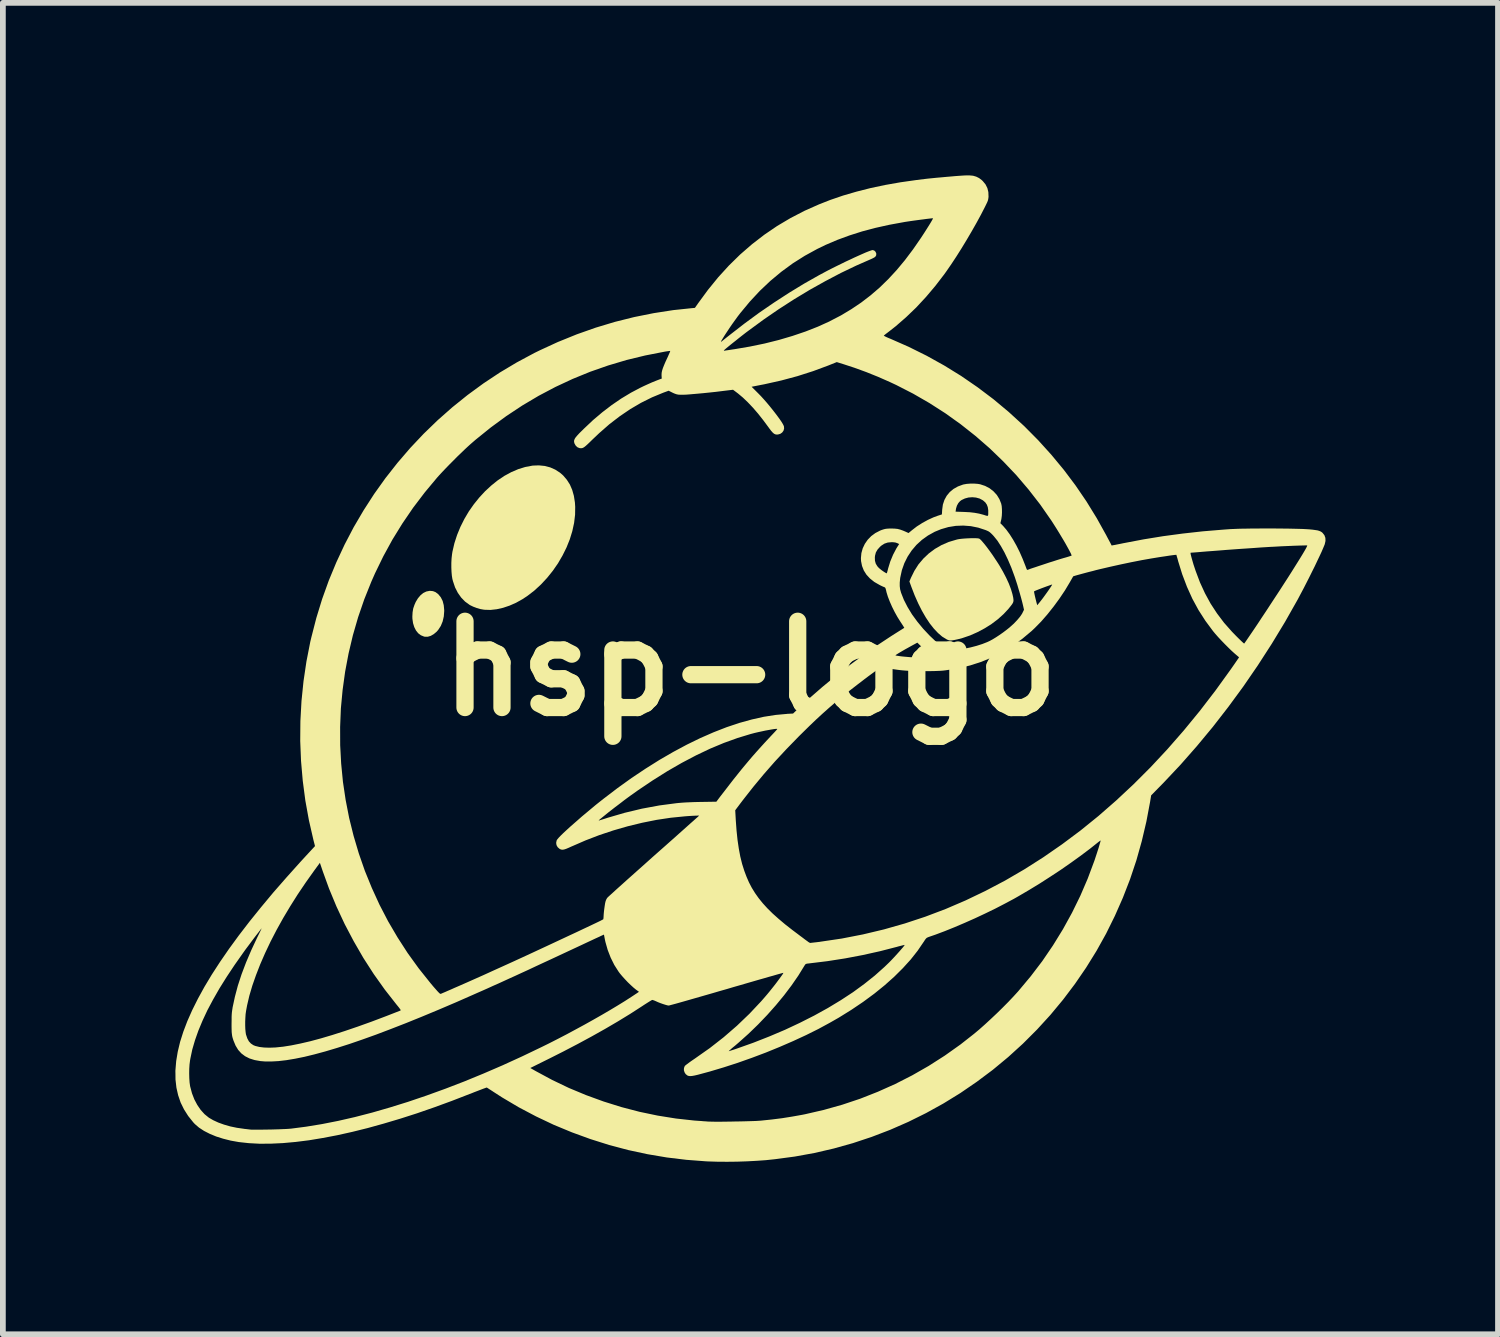
<source format=kicad_pcb>
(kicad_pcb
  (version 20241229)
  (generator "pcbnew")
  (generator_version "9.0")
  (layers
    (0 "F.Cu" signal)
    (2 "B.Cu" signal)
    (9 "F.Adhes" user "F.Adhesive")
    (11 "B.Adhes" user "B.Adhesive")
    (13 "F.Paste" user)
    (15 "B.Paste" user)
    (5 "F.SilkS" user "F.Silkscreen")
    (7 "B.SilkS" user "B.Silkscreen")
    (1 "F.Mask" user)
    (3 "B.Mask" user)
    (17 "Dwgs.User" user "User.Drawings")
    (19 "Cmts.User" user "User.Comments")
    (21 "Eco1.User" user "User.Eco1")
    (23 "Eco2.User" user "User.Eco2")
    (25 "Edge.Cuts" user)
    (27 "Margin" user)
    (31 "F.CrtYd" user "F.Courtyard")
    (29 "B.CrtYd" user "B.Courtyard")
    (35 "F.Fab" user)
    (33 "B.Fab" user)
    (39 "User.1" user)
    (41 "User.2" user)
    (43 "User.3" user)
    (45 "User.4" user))
  (footprint "hsp-logo"
    (layer "F.Cu")
    (at 10.001 8.576)
    (property "Reference" "hsp-logo" (at 0 0 0) (layer "F.SilkS") (effects (font (size 1.5 1.5) (thickness 0.3))))
    (attr board_only exclude_from_pos_files exclude_from_bom)
    (fp_poly (pts (xy -5.522 -1.346) (xy -5.478 -1.329) (xy -5.437 -1.299) (xy -5.428 -1.291) (xy -5.385 -1.238) (xy -5.353 -1.175) (xy -5.334 -1.101) (xy -5.326 -1.016) (xy -5.326 -0.999) (xy -5.333 -0.906) (xy -5.353 -0.819) (xy -5.385 -0.741) (xy -5.43 -0.672) (xy -5.458 -0.64) (xy -5.508 -0.598) (xy -5.56 -0.568) (xy -5.611 -0.553) (xy -5.662 -0.553) (xy -5.677 -0.556) (xy -5.731 -0.578) (xy -5.778 -0.613) (xy -5.817 -0.662) (xy -5.847 -0.721) (xy -5.868 -0.789) (xy -5.879 -0.866) (xy -5.88 -0.905) (xy -5.876 -0.978) (xy -5.865 -1.044) (xy -5.843 -1.108) (xy -5.821 -1.158) (xy -5.783 -1.221) (xy -5.739 -1.273) (xy -5.691 -1.313) (xy -5.638 -1.339) (xy -5.584 -1.35) (xy -5.573 -1.351)) (stroke (width 0) (type solid)) (fill yes) (layer "F.SilkS"))
    (fp_poly (pts (xy -3.579 -3.523) (xy -3.483 -3.498) (xy -3.395 -3.459) (xy -3.313 -3.406) (xy -3.257 -3.357) (xy -3.193 -3.282) (xy -3.14 -3.199) (xy -3.1 -3.106) (xy -3.071 -3.003) (xy -3.053 -2.889) (xy -3.048 -2.812) (xy -3.05 -2.674) (xy -3.067 -2.533) (xy -3.098 -2.39) (xy -3.142 -2.247) (xy -3.199 -2.105) (xy -3.268 -1.966) (xy -3.347 -1.83) (xy -3.437 -1.7) (xy -3.536 -1.577) (xy -3.643 -1.462) (xy -3.758 -1.356) (xy -3.88 -1.262) (xy -3.965 -1.206) (xy -4.076 -1.144) (xy -4.189 -1.094) (xy -4.302 -1.056) (xy -4.413 -1.031) (xy -4.521 -1.019) (xy -4.623 -1.022) (xy -4.64 -1.024) (xy -4.697 -1.034) (xy -4.759 -1.052) (xy -4.82 -1.075) (xy -4.872 -1.1) (xy -4.883 -1.106) (xy -4.963 -1.164) (xy -5.031 -1.234) (xy -5.089 -1.316) (xy -5.137 -1.41) (xy -5.173 -1.517) (xy -5.184 -1.558) (xy -5.193 -1.614) (xy -5.199 -1.682) (xy -5.202 -1.757) (xy -5.202 -1.836) (xy -5.198 -1.914) (xy -5.19 -1.986) (xy -5.183 -2.031) (xy -5.149 -2.178) (xy -5.102 -2.323) (xy -5.044 -2.464) (xy -4.976 -2.6) (xy -4.898 -2.732) (xy -4.811 -2.856) (xy -4.716 -2.974) (xy -4.615 -3.083) (xy -4.508 -3.182) (xy -4.396 -3.272) (xy -4.28 -3.35) (xy -4.16 -3.415) (xy -4.039 -3.467) (xy -3.916 -3.505) (xy -3.793 -3.528) (xy -3.787 -3.529) (xy -3.681 -3.533)) (stroke (width 0) (type solid)) (fill yes) (layer "F.SilkS"))
    (fp_poly (pts (xy 3.921 -2.266) (xy 3.955 -2.264) (xy 3.975 -2.26) (xy 3.977 -2.26) (xy 3.994 -2.248) (xy 4.019 -2.223) (xy 4.049 -2.188) (xy 4.085 -2.144) (xy 4.125 -2.092) (xy 4.167 -2.035) (xy 4.211 -1.973) (xy 4.254 -1.908) (xy 4.297 -1.843) (xy 4.327 -1.796) (xy 4.39 -1.687) (xy 4.446 -1.58) (xy 4.493 -1.478) (xy 4.53 -1.381) (xy 4.556 -1.293) (xy 4.569 -1.234) (xy 4.573 -1.204) (xy 4.574 -1.181) (xy 4.571 -1.16) (xy 4.562 -1.138) (xy 4.546 -1.113) (xy 4.522 -1.082) (xy 4.489 -1.041) (xy 4.486 -1.037) (xy 4.4 -0.945) (xy 4.302 -0.857) (xy 4.192 -0.774) (xy 4.073 -0.699) (xy 3.949 -0.633) (xy 3.821 -0.576) (xy 3.692 -0.532) (xy 3.606 -0.509) (xy 3.555 -0.498) (xy 3.517 -0.491) (xy 3.488 -0.488) (xy 3.465 -0.488) (xy 3.445 -0.493) (xy 3.424 -0.501) (xy 3.407 -0.51) (xy 3.334 -0.555) (xy 3.262 -0.617) (xy 3.19 -0.693) (xy 3.118 -0.784) (xy 3.049 -0.888) (xy 2.982 -1.004) (xy 2.917 -1.133) (xy 2.855 -1.273) (xy 2.799 -1.418) (xy 2.764 -1.514) (xy 2.791 -1.578) (xy 2.85 -1.698) (xy 2.921 -1.81) (xy 3.006 -1.911) (xy 3.101 -2.001) (xy 3.207 -2.08) (xy 3.323 -2.147) (xy 3.448 -2.201) (xy 3.582 -2.241) (xy 3.606 -2.247) (xy 3.637 -2.252) (xy 3.678 -2.257) (xy 3.726 -2.261) (xy 3.778 -2.264) (xy 3.83 -2.266) (xy 3.878 -2.266)) (stroke (width 0) (type solid)) (fill yes) (layer "F.SilkS"))
    (fp_poly (pts (xy 3.871 -8.57) (xy 3.926 -8.554) (xy 3.976 -8.529) (xy 4.022 -8.494) (xy 4.04 -8.477) (xy 4.088 -8.419) (xy 4.12 -8.355) (xy 4.137 -8.285) (xy 4.14 -8.208) (xy 4.14 -8.203) (xy 4.137 -8.178) (xy 4.133 -8.155) (xy 4.127 -8.133) (xy 4.116 -8.106) (xy 4.1 -8.073) (xy 4.078 -8.028) (xy 4.077 -8.026) (xy 4.007 -7.89) (xy 3.929 -7.747) (xy 3.846 -7.601) (xy 3.759 -7.453) (xy 3.671 -7.308) (xy 3.582 -7.167) (xy 3.495 -7.035) (xy 3.411 -6.913) (xy 3.371 -6.857) (xy 3.216 -6.655) (xy 3.053 -6.462) (xy 2.883 -6.279) (xy 2.707 -6.11) (xy 2.528 -5.954) (xy 2.416 -5.866) (xy 2.382 -5.84) (xy 2.353 -5.818) (xy 2.332 -5.801) (xy 2.32 -5.79) (xy 2.319 -5.789) (xy 2.325 -5.784) (xy 2.344 -5.774) (xy 2.373 -5.76) (xy 2.41 -5.744) (xy 2.433 -5.735) (xy 2.753 -5.594) (xy 3.065 -5.439) (xy 3.369 -5.27) (xy 3.664 -5.088) (xy 3.949 -4.892) (xy 4.225 -4.684) (xy 4.491 -4.462) (xy 4.746 -4.229) (xy 4.76 -4.216) (xy 5.004 -3.97) (xy 5.233 -3.717) (xy 5.449 -3.456) (xy 5.652 -3.186) (xy 5.843 -2.906) (xy 6.022 -2.615) (xy 6.19 -2.313) (xy 6.192 -2.308) (xy 6.217 -2.261) (xy 6.24 -2.218) (xy 6.259 -2.183) (xy 6.272 -2.157) (xy 6.28 -2.142) (xy 6.282 -2.139) (xy 6.29 -2.141) (xy 6.311 -2.145) (xy 6.345 -2.151) (xy 6.389 -2.16) (xy 6.44 -2.17) (xy 6.497 -2.182) (xy 6.499 -2.182) (xy 6.835 -2.246) (xy 7.173 -2.301) (xy 7.516 -2.347) (xy 7.867 -2.386) (xy 8.229 -2.416) (xy 8.353 -2.425) (xy 8.408 -2.427) (xy 8.476 -2.43) (xy 8.554 -2.432) (xy 8.643 -2.433) (xy 8.738 -2.435) (xy 8.838 -2.435) (xy 8.942 -2.436) (xy 9.048 -2.436) (xy 9.152 -2.435) (xy 9.255 -2.434) (xy 9.352 -2.433) (xy 9.444 -2.431) (xy 9.527 -2.429) (xy 9.6 -2.427) (xy 9.66 -2.424) (xy 9.706 -2.421) (xy 9.71 -2.421) (xy 9.774 -2.415) (xy 9.824 -2.408) (xy 9.863 -2.402) (xy 9.892 -2.393) (xy 9.916 -2.383) (xy 9.935 -2.371) (xy 9.949 -2.359) (xy 9.981 -2.319) (xy 9.998 -2.272) (xy 10 -2.219) (xy 9.987 -2.161) (xy 9.981 -2.146) (xy 9.959 -2.093) (xy 9.931 -2.028) (xy 9.896 -1.953) (xy 9.856 -1.869) (xy 9.813 -1.778) (xy 9.766 -1.684) (xy 9.718 -1.587) (xy 9.668 -1.489) (xy 9.619 -1.393) (xy 9.57 -1.301) (xy 9.524 -1.214) (xy 9.516 -1.199) (xy 9.297 -0.812) (xy 9.066 -0.431) (xy 8.824 -0.056) (xy 8.572 0.311) (xy 8.31 0.668) (xy 8.04 1.016) (xy 7.762 1.351) (xy 7.478 1.674) (xy 7.188 1.982) (xy 7.145 2.026) (xy 6.968 2.206) (xy 6.95 2.317) (xy 6.885 2.662) (xy 6.805 3.002) (xy 6.711 3.336) (xy 6.601 3.665) (xy 6.476 3.987) (xy 6.337 4.302) (xy 6.185 4.61) (xy 6.018 4.91) (xy 5.837 5.202) (xy 5.643 5.485) (xy 5.436 5.759) (xy 5.216 6.024) (xy 4.983 6.279) (xy 4.738 6.524) (xy 4.483 6.756) (xy 4.214 6.979) (xy 3.936 7.187) (xy 3.65 7.383) (xy 3.356 7.564) (xy 3.054 7.731) (xy 2.745 7.884) (xy 2.43 8.022) (xy 2.109 8.145) (xy 1.781 8.254) (xy 1.449 8.347) (xy 1.113 8.425) (xy 0.772 8.487) (xy 0.427 8.533) (xy 0.266 8.55) (xy 0.11 8.561) (xy -0.057 8.57) (xy -0.23 8.576) (xy -0.403 8.578) (xy -0.571 8.577) (xy -0.73 8.572) (xy -0.774 8.57) (xy -1.114 8.544) (xy -1.454 8.503) (xy -1.791 8.446) (xy -2.126 8.374) (xy -2.457 8.286) (xy -2.784 8.183) (xy -3.105 8.066) (xy -3.421 7.935) (xy -3.729 7.789) (xy -4.03 7.63) (xy -4.322 7.457) (xy -4.469 7.362) (xy -4.507 7.337) (xy -4.54 7.316) (xy -4.566 7.299) (xy -4.582 7.289) (xy -4.586 7.287) (xy -4.595 7.289) (xy -4.617 7.297) (xy -4.651 7.309) (xy -4.695 7.326) (xy -4.747 7.346) (xy -4.807 7.369) (xy -4.871 7.395) (xy -4.881 7.398) (xy -5.193 7.519) (xy -5.499 7.631) (xy -5.799 7.735) (xy -6.092 7.829) (xy -6.378 7.914) (xy -6.655 7.991) (xy -6.925 8.058) (xy -7.185 8.116) (xy -7.437 8.164) (xy -7.678 8.204) (xy -7.909 8.233) (xy -8.13 8.253) (xy -8.34 8.263) (xy -8.538 8.264) (xy -8.725 8.254) (xy -8.898 8.235) (xy -9.038 8.21) (xy -9.169 8.177) (xy -9.292 8.138) (xy -9.403 8.092) (xy -9.503 8.041) (xy -9.59 7.984) (xy -9.662 7.922) (xy -9.69 7.892) (xy -9.778 7.782) (xy -9.851 7.667) (xy -9.91 7.547) (xy -9.953 7.421) (xy -9.983 7.289) (xy -9.999 7.148) (xy -10 7.044) (xy -9.761 7.044) (xy -9.759 7.125) (xy -9.754 7.199) (xy -9.745 7.263) (xy -9.742 7.275) (xy -9.712 7.388) (xy -9.671 7.494) (xy -9.62 7.59) (xy -9.561 7.676) (xy -9.494 7.75) (xy -9.42 7.81) (xy -9.419 7.811) (xy -9.343 7.855) (xy -9.254 7.896) (xy -9.154 7.932) (xy -9.046 7.963) (xy -8.931 7.987) (xy -8.812 8.004) (xy -8.808 8.005) (xy -8.771 8.009) (xy -8.737 8.013) (xy -8.713 8.016) (xy -8.705 8.017) (xy -8.683 8.019) (xy -8.647 8.02) (xy -8.599 8.02) (xy -8.542 8.02) (xy -8.478 8.019) (xy -8.409 8.018) (xy -8.338 8.017) (xy -8.267 8.015) (xy -8.199 8.013) (xy -8.135 8.01) (xy -8.079 8.008) (xy -8.032 8.005) (xy -7.997 8.002) (xy -7.993 8.002) (xy -7.73 7.968) (xy -7.455 7.923) (xy -7.171 7.867) (xy -6.878 7.8) (xy -6.577 7.722) (xy -6.269 7.633) (xy -5.954 7.535) (xy -5.633 7.426) (xy -5.307 7.308) (xy -4.977 7.181) (xy -4.644 7.044) (xy -4.419 6.947) (xy -3.829 6.947) (xy -3.734 7.001) (xy -3.45 7.154) (xy -3.158 7.294) (xy -2.858 7.419) (xy -2.553 7.53) (xy -2.243 7.627) (xy -1.929 7.709) (xy -1.613 7.775) (xy -1.294 7.826) (xy -0.976 7.861) (xy -0.905 7.866) (xy -0.858 7.869) (xy -0.815 7.873) (xy -0.78 7.875) (xy -0.755 7.877) (xy -0.749 7.878) (xy -0.722 7.879) (xy -0.681 7.88) (xy -0.628 7.881) (xy -0.565 7.881) (xy -0.495 7.881) (xy -0.418 7.88) (xy -0.338 7.879) (xy -0.256 7.877) (xy -0.175 7.876) (xy -0.097 7.874) (xy -0.024 7.872) (xy 0.042 7.87) (xy 0.099 7.868) (xy 0.145 7.865) (xy 0.176 7.863) (xy 0.369 7.843) (xy 0.551 7.82) (xy 0.726 7.792) (xy 0.9 7.761) (xy 0.95 7.751) (xy 1.275 7.676) (xy 1.595 7.586) (xy 1.909 7.481) (xy 2.216 7.36) (xy 2.518 7.225) (xy 2.812 7.075) (xy 3.099 6.911) (xy 3.379 6.732) (xy 3.651 6.539) (xy 3.888 6.353) (xy 3.98 6.276) (xy 4.079 6.188) (xy 4.181 6.094) (xy 4.285 5.996) (xy 4.387 5.896) (xy 4.485 5.797) (xy 4.575 5.702) (xy 4.656 5.613) (xy 4.661 5.607) (xy 4.874 5.352) (xy 5.075 5.088) (xy 5.261 4.815) (xy 5.434 4.534) (xy 5.592 4.247) (xy 5.736 3.953) (xy 5.865 3.653) (xy 5.979 3.348) (xy 5.988 3.322) (xy 6.004 3.273) (xy 6.021 3.222) (xy 6.038 3.169) (xy 6.054 3.12) (xy 6.067 3.075) (xy 6.078 3.037) (xy 6.086 3.009) (xy 6.09 2.994) (xy 6.09 2.992) (xy 6.084 2.993) (xy 6.07 3.003) (xy 6.055 3.014) (xy 5.907 3.132) (xy 5.745 3.254) (xy 5.574 3.377) (xy 5.396 3.501) (xy 5.212 3.622) (xy 5.027 3.741) (xy 4.843 3.853) (xy 4.662 3.959) (xy 4.583 4.004) (xy 4.424 4.089) (xy 4.256 4.176) (xy 4.081 4.261) (xy 3.904 4.344) (xy 3.726 4.423) (xy 3.55 4.498) (xy 3.379 4.567) (xy 3.217 4.628) (xy 3.098 4.669) (xy 3.079 4.677) (xy 3.064 4.685) (xy 3.05 4.699) (xy 3.034 4.72) (xy 3.014 4.752) (xy 3.012 4.754) (xy 2.907 4.908) (xy 2.787 5.06) (xy 2.65 5.211) (xy 2.499 5.361) (xy 2.333 5.509) (xy 2.154 5.654) (xy 1.96 5.797) (xy 1.754 5.936) (xy 1.535 6.072) (xy 1.379 6.161) (xy 1.18 6.269) (xy 0.967 6.375) (xy 0.742 6.479) (xy 0.509 6.58) (xy 0.269 6.678) (xy 0.025 6.77) (xy -0.221 6.857) (xy -0.465 6.936) (xy -0.706 7.008) (xy -0.913 7.064) (xy -0.968 7.077) (xy -1.012 7.085) (xy -1.045 7.088) (xy -1.071 7.086) (xy -1.093 7.079) (xy -1.097 7.077) (xy -1.127 7.053) (xy -1.147 7.021) (xy -1.158 6.984) (xy -1.156 6.947) (xy -1.143 6.914) (xy -1.141 6.911) (xy -1.129 6.9) (xy -1.106 6.882) (xy -1.074 6.858) (xy -1.034 6.829) (xy -0.99 6.799) (xy -0.965 6.782) (xy -0.785 6.655) (xy -0.376 6.655) (xy -0.375 6.655) (xy -0.366 6.652) (xy -0.345 6.645) (xy -0.313 6.635) (xy -0.273 6.622) (xy -0.241 6.611) (xy 0.049 6.508) (xy 0.329 6.398) (xy 0.6 6.283) (xy 0.86 6.161) (xy 1.109 6.035) (xy 1.346 5.904) (xy 1.571 5.768) (xy 1.783 5.629) (xy 1.98 5.485) (xy 2.163 5.339) (xy 2.331 5.189) (xy 2.411 5.112) (xy 2.447 5.075) (xy 2.485 5.035) (xy 2.523 4.994) (xy 2.561 4.952) (xy 2.596 4.913) (xy 2.627 4.877) (xy 2.653 4.847) (xy 2.671 4.824) (xy 2.68 4.81) (xy 2.681 4.806) (xy 2.673 4.808) (xy 2.651 4.813) (xy 2.619 4.821) (xy 2.579 4.831) (xy 2.544 4.841) (xy 2.253 4.916) (xy 1.952 4.983) (xy 1.646 5.041) (xy 1.339 5.089) (xy 1.037 5.126) (xy 1.013 5.129) (xy 0.984 5.132) (xy 0.966 5.137) (xy 0.954 5.145) (xy 0.943 5.161) (xy 0.936 5.172) (xy 0.833 5.339) (xy 0.715 5.51) (xy 0.585 5.682) (xy 0.444 5.853) (xy 0.293 6.023) (xy 0.134 6.189) (xy -0.031 6.349) (xy -0.202 6.502) (xy -0.266 6.557) (xy -0.308 6.591) (xy -0.338 6.617) (xy -0.358 6.635) (xy -0.371 6.646) (xy -0.376 6.653) (xy -0.376 6.655) (xy -0.785 6.655) (xy -0.709 6.602) (xy -0.466 6.412) (xy -0.235 6.212) (xy -0.017 6.003) (xy 0.188 5.785) (xy 0.254 5.709) (xy 0.29 5.667) (xy 0.329 5.62) (xy 0.368 5.571) (xy 0.408 5.521) (xy 0.446 5.472) (xy 0.481 5.425) (xy 0.512 5.383) (xy 0.538 5.347) (xy 0.558 5.319) (xy 0.569 5.3) (xy 0.572 5.292) (xy 0.563 5.294) (xy 0.541 5.3) (xy 0.504 5.31) (xy 0.454 5.324) (xy 0.393 5.342) (xy 0.32 5.362) (xy 0.238 5.386) (xy 0.146 5.412) (xy 0.046 5.441) (xy -0.061 5.472) (xy -0.174 5.505) (xy -0.293 5.539) (xy -0.414 5.575) (xy -0.537 5.61) (xy -0.656 5.645) (xy -0.771 5.678) (xy -0.879 5.709) (xy -0.98 5.738) (xy -1.074 5.765) (xy -1.158 5.789) (xy -1.232 5.81) (xy -1.296 5.828) (xy -1.348 5.842) (xy -1.386 5.852) (xy -1.411 5.859) (xy -1.422 5.861) (xy -1.443 5.858) (xy -1.476 5.849) (xy -1.517 5.836) (xy -1.563 5.82) (xy -1.609 5.802) (xy -1.644 5.786) (xy -1.672 5.774) (xy -1.695 5.766) (xy -1.707 5.763) (xy -1.707 5.763) (xy -1.717 5.767) (xy -1.738 5.779) (xy -1.769 5.798) (xy -1.807 5.822) (xy -1.851 5.85) (xy -1.884 5.872) (xy -2.09 6.005) (xy -2.304 6.136) (xy -2.526 6.266) (xy -2.759 6.397) (xy -3.003 6.529) (xy -3.26 6.663) (xy -3.496 6.782) (xy -3.829 6.947) (xy -4.419 6.947) (xy -4.308 6.899) (xy -3.971 6.745) (xy -3.633 6.583) (xy -3.503 6.519) (xy -3.352 6.442) (xy -3.198 6.362) (xy -3.042 6.278) (xy -2.887 6.194) (xy -2.735 6.109) (xy -2.586 6.024) (xy -2.444 5.941) (xy -2.309 5.86) (xy -2.184 5.783) (xy -2.071 5.71) (xy -1.974 5.646) (xy -1.939 5.622) (xy -1.995 5.581) (xy -2.036 5.547) (xy -2.083 5.504) (xy -2.134 5.455) (xy -2.184 5.402) (xy -2.231 5.35) (xy -2.272 5.301) (xy -2.294 5.271) (xy -2.368 5.155) (xy -2.431 5.028) (xy -2.483 4.894) (xy -2.522 4.757) (xy -2.531 4.716) (xy -2.548 4.627) (xy -2.606 4.653) (xy -2.626 4.663) (xy -2.659 4.678) (xy -2.703 4.698) (xy -2.756 4.723) (xy -2.816 4.751) (xy -2.882 4.782) (xy -2.95 4.814) (xy -2.98 4.828) (xy -3.158 4.911) (xy -3.323 4.988) (xy -3.475 5.059) (xy -3.616 5.124) (xy -3.747 5.185) (xy -3.868 5.242) (xy -3.982 5.294) (xy -4.09 5.344) (xy -4.192 5.39) (xy -4.29 5.435) (xy -4.384 5.478) (xy -4.477 5.519) (xy -4.569 5.561) (xy -4.661 5.602) (xy -4.755 5.643) (xy -4.793 5.66) (xy -5.113 5.801) (xy -5.42 5.932) (xy -5.713 6.054) (xy -5.992 6.167) (xy -6.259 6.271) (xy -6.512 6.367) (xy -6.752 6.453) (xy -6.979 6.531) (xy -7.193 6.599) (xy -7.394 6.659) (xy -7.582 6.71) (xy -7.758 6.753) (xy -7.921 6.786) (xy -8.071 6.811) (xy -8.208 6.827) (xy -8.334 6.834) (xy -8.446 6.833) (xy -8.521 6.827) (xy -8.623 6.809) (xy -8.712 6.781) (xy -8.789 6.742) (xy -8.854 6.693) (xy -8.909 6.632) (xy -8.954 6.558) (xy -8.99 6.472) (xy -9.006 6.422) (xy -9.012 6.398) (xy -9.016 6.375) (xy -9.019 6.35) (xy -9.022 6.321) (xy -9.023 6.283) (xy -9.024 6.235) (xy -9.024 6.206) (xy -8.787 6.206) (xy -8.785 6.267) (xy -8.78 6.32) (xy -8.774 6.362) (xy -8.772 6.368) (xy -8.75 6.433) (xy -8.723 6.483) (xy -8.688 6.521) (xy -8.645 6.55) (xy -8.61 6.564) (xy -8.541 6.581) (xy -8.459 6.591) (xy -8.364 6.594) (xy -8.259 6.59) (xy -8.144 6.578) (xy -8.131 6.577) (xy -7.986 6.554) (xy -7.828 6.522) (xy -7.656 6.482) (xy -7.47 6.432) (xy -7.271 6.373) (xy -7.058 6.305) (xy -6.832 6.228) (xy -6.592 6.142) (xy -6.338 6.046) (xy -6.092 5.95) (xy -6.086 5.947) (xy -6.083 5.942) (xy -6.086 5.933) (xy -6.096 5.919) (xy -6.112 5.897) (xy -6.138 5.865) (xy -6.156 5.843) (xy -6.359 5.584) (xy -6.551 5.314) (xy -6.732 5.033) (xy -6.9 4.742) (xy -7.057 4.444) (xy -7.2 4.138) (xy -7.329 3.827) (xy -7.437 3.529) (xy -7.488 3.379) (xy -7.589 3.517) (xy -7.734 3.721) (xy -7.873 3.927) (xy -8.003 4.133) (xy -8.126 4.339) (xy -8.24 4.544) (xy -8.345 4.747) (xy -8.44 4.947) (xy -8.525 5.142) (xy -8.599 5.332) (xy -8.663 5.515) (xy -8.715 5.691) (xy -8.754 5.858) (xy -8.772 5.955) (xy -8.78 6.011) (xy -8.784 6.074) (xy -8.787 6.14) (xy -8.787 6.206) (xy -9.024 6.206) (xy -9.024 6.176) (xy -9.023 6.111) (xy -9.023 6.058) (xy -9.021 6.015) (xy -9.018 5.977) (xy -9.013 5.941) (xy -9.007 5.903) (xy -9.006 5.894) (xy -8.966 5.708) (xy -8.915 5.516) (xy -8.85 5.317) (xy -8.772 5.111) (xy -8.681 4.898) (xy -8.577 4.676) (xy -8.571 4.664) (xy -8.549 4.619) (xy -8.53 4.581) (xy -8.515 4.549) (xy -8.505 4.528) (xy -8.501 4.519) (xy -8.501 4.518) (xy -8.507 4.525) (xy -8.521 4.542) (xy -8.542 4.57) (xy -8.569 4.605) (xy -8.601 4.646) (xy -8.636 4.692) (xy -8.672 4.74) (xy -8.709 4.79) (xy -8.745 4.838) (xy -8.779 4.883) (xy -8.809 4.925) (xy -8.819 4.939) (xy -8.971 5.155) (xy -9.11 5.364) (xy -9.235 5.564) (xy -9.346 5.758) (xy -9.445 5.944) (xy -9.529 6.124) (xy -9.601 6.297) (xy -9.66 6.464) (xy -9.707 6.625) (xy -9.74 6.781) (xy -9.746 6.815) (xy -9.755 6.885) (xy -9.76 6.963) (xy -9.761 7.044) (xy -10 7.044) (xy -10.001 6.999) (xy -10 6.983) (xy -9.987 6.827) (xy -9.96 6.664) (xy -9.919 6.493) (xy -9.863 6.316) (xy -9.793 6.132) (xy -9.708 5.94) (xy -9.609 5.742) (xy -9.496 5.536) (xy -9.368 5.323) (xy -9.226 5.104) (xy -9.069 4.876) (xy -8.898 4.642) (xy -8.712 4.4) (xy -8.512 4.152) (xy -8.298 3.895) (xy -8.068 3.632) (xy -7.825 3.361) (xy -7.722 3.249) (xy -7.573 3.088) (xy -7.601 2.979) (xy -7.679 2.638) (xy -7.741 2.296) (xy -7.786 1.952) (xy -7.816 1.606) (xy -7.83 1.26) (xy -7.828 1.015) (xy -7.136 1.015) (xy -7.135 1.334) (xy -7.118 1.653) (xy -7.087 1.971) (xy -7.04 2.286) (xy -6.979 2.599) (xy -6.902 2.909) (xy -6.811 3.216) (xy -6.706 3.518) (xy -6.585 3.815) (xy -6.451 4.108) (xy -6.302 4.395) (xy -6.138 4.675) (xy -5.961 4.949) (xy -5.769 5.215) (xy -5.563 5.473) (xy -5.511 5.535) (xy -5.473 5.578) (xy -5.444 5.611) (xy -5.423 5.633) (xy -5.408 5.648) (xy -5.397 5.655) (xy -5.389 5.658) (xy -5.383 5.657) (xy -5.372 5.652) (xy -5.347 5.641) (xy -5.311 5.626) (xy -5.266 5.606) (xy -5.212 5.583) (xy -5.152 5.556) (xy -5.087 5.528) (xy -5.071 5.521) (xy -4.939 5.463) (xy -4.795 5.399) (xy -4.64 5.33) (xy -4.478 5.256) (xy -4.31 5.18) (xy -4.138 5.102) (xy -3.966 5.023) (xy -3.795 4.944) (xy -3.72 4.909) (xy -3.552 4.831) (xy -3.398 4.759) (xy -3.259 4.694) (xy -3.133 4.635) (xy -3.021 4.583) (xy -2.922 4.536) (xy -2.835 4.495) (xy -2.761 4.46) (xy -2.7 4.431) (xy -2.65 4.407) (xy -2.611 4.388) (xy -2.584 4.374) (xy -2.567 4.365) (xy -2.56 4.361) (xy -2.56 4.361) (xy -2.557 4.347) (xy -2.555 4.324) (xy -2.554 4.303) (xy -2.552 4.27) (xy -2.548 4.226) (xy -2.542 4.177) (xy -2.535 4.128) (xy -2.528 4.083) (xy -2.52 4.049) (xy -2.52 4.048) (xy -2.509 4.019) (xy -2.493 3.991) (xy -2.491 3.989) (xy -2.483 3.98) (xy -2.463 3.961) (xy -2.432 3.933) (xy -2.391 3.896) (xy -2.341 3.85) (xy -2.283 3.798) (xy -2.216 3.738) (xy -2.143 3.672) (xy -2.063 3.601) (xy -1.978 3.525) (xy -1.888 3.445) (xy -1.794 3.361) (xy -1.697 3.274) (xy -1.682 3.261) (xy -1.585 3.175) (xy -1.491 3.092) (xy -1.401 3.012) (xy -1.316 2.937) (xy -1.237 2.866) (xy -1.164 2.801) (xy -1.099 2.743) (xy -1.041 2.691) (xy -0.991 2.647) (xy -0.951 2.611) (xy -0.92 2.584) (xy -0.901 2.566) (xy -0.892 2.558) (xy -0.892 2.558) (xy -0.9 2.557) (xy -0.922 2.558) (xy -0.956 2.559) (xy -1 2.561) (xy -1.053 2.564) (xy -1.111 2.568) (xy -1.146 2.571) (xy -1.386 2.595) (xy -1.632 2.632) (xy -1.882 2.682) (xy -2.133 2.743) (xy -2.383 2.815) (xy -2.629 2.897) (xy -2.868 2.989) (xy -3.098 3.089) (xy -3.108 3.093) (xy -3.163 3.118) (xy -3.206 3.136) (xy -3.24 3.147) (xy -3.267 3.151) (xy -3.289 3.149) (xy -3.309 3.142) (xy -3.321 3.135) (xy -3.353 3.107) (xy -3.373 3.071) (xy -3.379 3.032) (xy -3.371 2.991) (xy -3.368 2.985) (xy -3.356 2.967) (xy -3.332 2.939) (xy -3.297 2.903) (xy -3.253 2.86) (xy -3.2 2.811) (xy -3.14 2.756) (xy -3.074 2.698) (xy -3.012 2.644) (xy -2.64 2.644) (xy -2.64 2.644) (xy -2.631 2.642) (xy -2.608 2.635) (xy -2.576 2.625) (xy -2.534 2.612) (xy -2.488 2.597) (xy -2.482 2.595) (xy -2.187 2.509) (xy -2.003 2.465) (xy -0.265 2.465) (xy -0.255 2.642) (xy -0.242 2.819) (xy -0.225 2.981) (xy -0.203 3.131) (xy -0.177 3.27) (xy -0.145 3.399) (xy -0.107 3.519) (xy -0.069 3.62) (xy -0.026 3.719) (xy 0.023 3.813) (xy 0.079 3.904) (xy 0.142 3.993) (xy 0.213 4.081) (xy 0.294 4.17) (xy 0.385 4.26) (xy 0.488 4.352) (xy 0.603 4.449) (xy 0.731 4.549) (xy 0.819 4.615) (xy 0.865 4.65) (xy 0.907 4.681) (xy 0.945 4.71) (xy 0.975 4.732) (xy 0.996 4.747) (xy 1.003 4.753) (xy 1.022 4.765) (xy 1.037 4.772) (xy 1.039 4.772) (xy 1.05 4.771) (xy 1.075 4.768) (xy 1.111 4.764) (xy 1.155 4.759) (xy 1.205 4.753) (xy 1.215 4.751) (xy 1.587 4.696) (xy 1.956 4.624) (xy 2.321 4.537) (xy 2.683 4.434) (xy 3.04 4.316) (xy 3.394 4.182) (xy 3.743 4.032) (xy 4.087 3.867) (xy 4.427 3.688) (xy 4.762 3.493) (xy 5.092 3.283) (xy 5.417 3.058) (xy 5.737 2.819) (xy 6.051 2.565) (xy 6.359 2.296) (xy 6.662 2.013) (xy 6.959 1.716) (xy 7.25 1.404) (xy 7.535 1.078) (xy 7.813 0.739) (xy 8.085 0.385) (xy 8.35 0.018) (xy 8.426 -0.091) (xy 8.497 -0.195) (xy 8.421 -0.26) (xy 8.371 -0.305) (xy 8.314 -0.36) (xy 8.254 -0.42) (xy 8.193 -0.483) (xy 8.135 -0.545) (xy 8.083 -0.604) (xy 8.044 -0.651) (xy 7.912 -0.829) (xy 7.792 -1.016) (xy 7.685 -1.213) (xy 7.591 -1.421) (xy 7.508 -1.64) (xy 7.437 -1.869) (xy 7.436 -1.874) (xy 7.426 -1.912) (xy 7.416 -1.944) (xy 7.41 -1.967) (xy 7.406 -1.977) (xy 7.406 -1.978) (xy 7.397 -1.977) (xy 7.373 -1.975) (xy 7.334 -1.97) (xy 7.283 -1.963) (xy 7.219 -1.953) (xy 7.144 -1.942) (xy 7.13 -1.94) (xy 6.971 -1.914) (xy 6.801 -1.884) (xy 6.623 -1.849) (xy 6.442 -1.811) (xy 6.262 -1.771) (xy 6.086 -1.73) (xy 6.008 -1.711) (xy 5.949 -1.695) (xy 5.888 -1.68) (xy 5.828 -1.664) (xy 5.772 -1.649) (xy 5.721 -1.635) (xy 5.677 -1.623) (xy 5.643 -1.613) (xy 5.621 -1.606) (xy 5.612 -1.603) (xy 5.612 -1.603) (xy 5.608 -1.595) (xy 5.597 -1.576) (xy 5.581 -1.548) (xy 5.561 -1.513) (xy 5.555 -1.502) (xy 5.468 -1.357) (xy 5.372 -1.214) (xy 5.27 -1.075) (xy 5.164 -0.942) (xy 5.056 -0.818) (xy 4.947 -0.707) (xy 4.89 -0.653) (xy 4.725 -0.515) (xy 4.555 -0.392) (xy 4.379 -0.284) (xy 4.198 -0.192) (xy 4.011 -0.115) (xy 3.818 -0.053) (xy 3.62 -0.006) (xy 3.548 0.007) (xy 3.486 0.017) (xy 3.433 0.025) (xy 3.386 0.032) (xy 3.341 0.037) (xy 3.297 0.04) (xy 3.249 0.042) (xy 3.195 0.044) (xy 3.132 0.045) (xy 3.057 0.045) (xy 3.02 0.045) (xy 2.922 0.044) (xy 2.837 0.043) (xy 2.761 0.04) (xy 2.692 0.036) (xy 2.625 0.03) (xy 2.558 0.022) (xy 2.487 0.012) (xy 2.408 -0.000454) (xy 2.386 -0.004) (xy 2.272 -0.024) (xy 2.227 0.007) (xy 2.194 0.029) (xy 2.152 0.06) (xy 2.1 0.098) (xy 2.043 0.14) (xy 1.982 0.186) (xy 1.92 0.234) (xy 1.858 0.281) (xy 1.799 0.327) (xy 1.746 0.368) (xy 1.718 0.39) (xy 1.594 0.491) (xy 1.477 0.588) (xy 1.365 0.685) (xy 1.254 0.784) (xy 1.142 0.887) (xy 1.027 0.997) (xy 0.906 1.116) (xy 0.843 1.178) (xy 0.628 1.399) (xy 0.426 1.616) (xy 0.234 1.835) (xy 0.049 2.058) (xy -0.131 2.287) (xy -0.181 2.353) (xy -0.265 2.465) (xy -2.003 2.465) (xy -1.887 2.437) (xy -1.584 2.381) (xy -1.28 2.341) (xy -1.236 2.337) (xy -1.189 2.333) (xy -1.13 2.329) (xy -1.061 2.326) (xy -0.987 2.323) (xy -0.91 2.321) (xy -0.847 2.32) (xy -0.593 2.316) (xy -0.533 2.236) (xy -0.444 2.121) (xy -0.364 2.017) (xy -0.291 1.923) (xy -0.222 1.837) (xy -0.158 1.757) (xy -0.095 1.681) (xy -0.033 1.607) (xy 0.029 1.534) (xy 0.094 1.46) (xy 0.163 1.383) (xy 0.192 1.351) (xy 0.233 1.306) (xy 0.277 1.258) (xy 0.321 1.211) (xy 0.36 1.169) (xy 0.383 1.145) (xy 0.412 1.114) (xy 0.437 1.087) (xy 0.456 1.066) (xy 0.465 1.054) (xy 0.467 1.052) (xy 0.459 1.049) (xy 0.438 1.05) (xy 0.404 1.054) (xy 0.361 1.061) (xy 0.311 1.07) (xy 0.255 1.08) (xy 0.196 1.093) (xy 0.135 1.106) (xy 0.075 1.12) (xy 0.018 1.135) (xy 0.006 1.138) (xy -0.224 1.208) (xy -0.46 1.293) (xy -0.7 1.393) (xy -0.944 1.509) (xy -1.193 1.64) (xy -1.445 1.785) (xy -1.701 1.946) (xy -1.961 2.121) (xy -2.096 2.217) (xy -2.141 2.25) (xy -2.191 2.287) (xy -2.244 2.328) (xy -2.299 2.37) (xy -2.355 2.412) (xy -2.41 2.455) (xy -2.462 2.495) (xy -2.51 2.534) (xy -2.552 2.568) (xy -2.588 2.597) (xy -2.616 2.62) (xy -2.634 2.636) (xy -2.64 2.644) (xy -3.012 2.644) (xy -3.003 2.636) (xy -2.929 2.571) (xy -2.851 2.506) (xy -2.772 2.44) (xy -2.693 2.374) (xy -2.614 2.311) (xy -2.558 2.267) (xy -2.313 2.08) (xy -2.068 1.904) (xy -1.824 1.741) (xy -1.582 1.589) (xy -1.342 1.45) (xy -1.105 1.323) (xy -0.871 1.209) (xy -0.64 1.108) (xy -0.414 1.02) (xy -0.193 0.946) (xy 0.024 0.886) (xy 0.234 0.839) (xy 0.439 0.807) (xy 0.636 0.789) (xy 0.642 0.788) (xy 0.741 0.783) (xy 0.83 0.698) (xy 1.033 0.51) (xy 1.25 0.321) (xy 1.477 0.134) (xy 1.714 -0.05) (xy 1.956 -0.229) (xy 1.956 -0.229) (xy 2.521 -0.229) (xy 2.529 -0.226) (xy 2.551 -0.222) (xy 2.585 -0.217) (xy 2.628 -0.211) (xy 2.679 -0.206) (xy 2.736 -0.201) (xy 2.783 -0.197) (xy 2.817 -0.195) (xy 2.863 -0.193) (xy 2.917 -0.191) (xy 2.973 -0.19) (xy 3.02 -0.19) (xy 3.18 -0.189) (xy 3.131 -0.231) (xy 3.107 -0.253) (xy 3.075 -0.282) (xy 3.039 -0.316) (xy 3.002 -0.352) (xy 2.992 -0.362) (xy 2.902 -0.45) (xy 2.803 -0.396) (xy 2.74 -0.361) (xy 2.682 -0.329) (xy 2.631 -0.299) (xy 2.588 -0.274) (xy 2.554 -0.253) (xy 2.531 -0.238) (xy 2.522 -0.23) (xy 2.521 -0.229) (xy 1.956 -0.229) (xy 2.202 -0.402) (xy 2.449 -0.565) (xy 2.558 -0.634) (xy 2.596 -0.658) (xy 2.63 -0.679) (xy 2.655 -0.695) (xy 2.671 -0.705) (xy 2.675 -0.708) (xy 2.671 -0.715) (xy 2.66 -0.733) (xy 2.643 -0.76) (xy 2.621 -0.794) (xy 2.608 -0.813) (xy 2.556 -0.896) (xy 2.507 -0.984) (xy 2.462 -1.074) (xy 2.423 -1.163) (xy 2.39 -1.248) (xy 2.366 -1.326) (xy 2.358 -1.362) (xy 2.35 -1.391) (xy 2.342 -1.407) (xy 2.332 -1.414) (xy 2.33 -1.414) (xy 2.315 -1.42) (xy 2.29 -1.431) (xy 2.286 -1.433) (xy 2.596 -1.433) (xy 2.603 -1.376) (xy 2.619 -1.318) (xy 2.619 -1.318) (xy 2.668 -1.194) (xy 2.732 -1.069) (xy 2.809 -0.942) (xy 2.901 -0.816) (xy 3.004 -0.691) (xy 3.118 -0.57) (xy 3.243 -0.452) (xy 3.316 -0.39) (xy 3.401 -0.319) (xy 3.467 -0.32) (xy 3.503 -0.321) (xy 3.549 -0.324) (xy 3.597 -0.328) (xy 3.626 -0.331) (xy 3.727 -0.346) (xy 3.831 -0.368) (xy 3.934 -0.395) (xy 4.031 -0.426) (xy 4.118 -0.46) (xy 4.161 -0.48) (xy 4.209 -0.506) (xy 4.265 -0.54) (xy 4.326 -0.58) (xy 4.389 -0.624) (xy 4.449 -0.669) (xy 4.503 -0.712) (xy 4.512 -0.72) (xy 4.58 -0.781) (xy 4.638 -0.842) (xy 4.687 -0.9) (xy 4.723 -0.953) (xy 4.732 -0.971) (xy 4.757 -1.022) (xy 4.74 -1.098) (xy 4.726 -1.155) (xy 4.708 -1.223) (xy 4.687 -1.298) (xy 4.677 -1.333) (xy 4.932 -1.333) (xy 4.936 -1.31) (xy 4.944 -1.272) (xy 4.956 -1.22) (xy 4.973 -1.152) (xy 4.978 -1.134) (xy 4.987 -1.101) (xy 5.011 -1.13) (xy 5.026 -1.148) (xy 5.048 -1.176) (xy 5.073 -1.208) (xy 5.091 -1.232) (xy 5.123 -1.276) (xy 5.154 -1.319) (xy 5.183 -1.36) (xy 5.208 -1.397) (xy 5.228 -1.427) (xy 5.241 -1.448) (xy 5.247 -1.459) (xy 5.246 -1.46) (xy 5.238 -1.459) (xy 5.217 -1.452) (xy 5.187 -1.441) (xy 5.15 -1.428) (xy 5.109 -1.413) (xy 5.066 -1.397) (xy 5.025 -1.381) (xy 4.989 -1.367) (xy 4.959 -1.355) (xy 4.94 -1.346) (xy 4.933 -1.343) (xy 4.932 -1.333) (xy 4.677 -1.333) (xy 4.664 -1.376) (xy 4.642 -1.452) (xy 4.619 -1.523) (xy 4.599 -1.584) (xy 4.592 -1.604) (xy 4.536 -1.756) (xy 4.477 -1.894) (xy 4.417 -2.019) (xy 4.356 -2.128) (xy 4.295 -2.223) (xy 4.232 -2.301) (xy 4.214 -2.321) (xy 4.185 -2.35) (xy 4.161 -2.371) (xy 4.137 -2.387) (xy 4.106 -2.401) (xy 4.086 -2.409) (xy 3.961 -2.45) (xy 3.832 -2.476) (xy 3.702 -2.486) (xy 3.571 -2.481) (xy 3.441 -2.46) (xy 3.314 -2.423) (xy 3.204 -2.378) (xy 3.087 -2.313) (xy 2.981 -2.237) (xy 2.886 -2.15) (xy 2.803 -2.052) (xy 2.733 -1.946) (xy 2.676 -1.832) (xy 2.633 -1.71) (xy 2.605 -1.582) (xy 2.603 -1.568) (xy 2.596 -1.495) (xy 2.596 -1.433) (xy 2.286 -1.433) (xy 2.259 -1.446) (xy 2.242 -1.455) (xy 2.153 -1.506) (xy 2.078 -1.566) (xy 2.017 -1.632) (xy 1.971 -1.705) (xy 1.94 -1.784) (xy 1.923 -1.869) (xy 1.921 -1.92) (xy 1.922 -1.932) (xy 2.163 -1.932) (xy 2.165 -1.874) (xy 2.179 -1.824) (xy 2.206 -1.779) (xy 2.233 -1.749) (xy 2.253 -1.732) (xy 2.278 -1.712) (xy 2.306 -1.692) (xy 2.332 -1.675) (xy 2.354 -1.662) (xy 2.368 -1.656) (xy 2.371 -1.656) (xy 2.374 -1.665) (xy 2.38 -1.686) (xy 2.388 -1.715) (xy 2.394 -1.74) (xy 2.431 -1.861) (xy 2.48 -1.979) (xy 2.537 -2.088) (xy 2.557 -2.12) (xy 2.586 -2.165) (xy 2.552 -2.181) (xy 2.523 -2.191) (xy 2.489 -2.196) (xy 2.452 -2.197) (xy 2.387 -2.191) (xy 2.33 -2.172) (xy 2.277 -2.138) (xy 2.253 -2.117) (xy 2.21 -2.069) (xy 2.181 -2.019) (xy 2.166 -1.962) (xy 2.163 -1.932) (xy 1.922 -1.932) (xy 1.929 -2.007) (xy 1.952 -2.09) (xy 1.989 -2.168) (xy 2.039 -2.24) (xy 2.1 -2.303) (xy 2.172 -2.356) (xy 2.253 -2.398) (xy 2.283 -2.41) (xy 2.317 -2.421) (xy 2.345 -2.428) (xy 2.374 -2.432) (xy 2.409 -2.434) (xy 2.448 -2.435) (xy 2.507 -2.433) (xy 2.557 -2.428) (xy 2.604 -2.416) (xy 2.654 -2.398) (xy 2.694 -2.381) (xy 2.749 -2.356) (xy 2.808 -2.405) (xy 2.892 -2.47) (xy 2.986 -2.53) (xy 3.084 -2.584) (xy 3.182 -2.629) (xy 3.255 -2.656) (xy 3.329 -2.68) (xy 3.332 -2.728) (xy 3.567 -2.728) (xy 3.713 -2.723) (xy 3.812 -2.718) (xy 3.898 -2.708) (xy 3.975 -2.694) (xy 4.047 -2.675) (xy 4.064 -2.67) (xy 4.097 -2.659) (xy 4.118 -2.655) (xy 4.129 -2.657) (xy 4.133 -2.666) (xy 4.135 -2.683) (xy 4.135 -2.687) (xy 4.135 -2.753) (xy 4.127 -2.807) (xy 4.11 -2.851) (xy 4.084 -2.889) (xy 4.046 -2.922) (xy 4.039 -2.927) (xy 3.985 -2.956) (xy 3.923 -2.973) (xy 3.858 -2.979) (xy 3.791 -2.974) (xy 3.728 -2.957) (xy 3.671 -2.93) (xy 3.644 -2.91) (xy 3.615 -2.877) (xy 3.591 -2.834) (xy 3.576 -2.786) (xy 3.573 -2.769) (xy 3.567 -2.728) (xy 3.332 -2.728) (xy 3.334 -2.762) (xy 3.346 -2.851) (xy 3.373 -2.932) (xy 3.413 -3.005) (xy 3.466 -3.069) (xy 3.531 -3.123) (xy 3.607 -3.166) (xy 3.694 -3.198) (xy 3.705 -3.201) (xy 3.761 -3.211) (xy 3.825 -3.216) (xy 3.892 -3.216) (xy 3.955 -3.211) (xy 3.995 -3.204) (xy 4.08 -3.176) (xy 4.158 -3.135) (xy 4.226 -3.082) (xy 4.284 -3.019) (xy 4.329 -2.946) (xy 4.36 -2.869) (xy 4.369 -2.826) (xy 4.373 -2.773) (xy 4.374 -2.714) (xy 4.371 -2.656) (xy 4.364 -2.603) (xy 4.36 -2.584) (xy 4.346 -2.527) (xy 4.393 -2.48) (xy 4.45 -2.414) (xy 4.509 -2.333) (xy 4.568 -2.24) (xy 4.626 -2.137) (xy 4.682 -2.025) (xy 4.734 -1.906) (xy 4.783 -1.782) (xy 4.798 -1.741) (xy 4.807 -1.721) (xy 4.816 -1.715) (xy 4.821 -1.716) (xy 4.837 -1.722) (xy 4.865 -1.733) (xy 4.906 -1.747) (xy 4.955 -1.763) (xy 5.011 -1.782) (xy 5.072 -1.802) (xy 5.135 -1.823) (xy 5.198 -1.844) (xy 5.26 -1.863) (xy 5.318 -1.882) (xy 5.369 -1.898) (xy 5.412 -1.911) (xy 5.439 -1.919) (xy 5.485 -1.932) (xy 5.525 -1.944) (xy 5.556 -1.954) (xy 5.577 -1.961) (xy 5.585 -1.964) (xy 5.583 -1.973) (xy 5.574 -1.995) (xy 5.569 -2.006) (xy 7.653 -2.006) (xy 7.656 -1.985) (xy 7.664 -1.953) (xy 7.675 -1.912) (xy 7.689 -1.863) (xy 7.705 -1.808) (xy 7.724 -1.751) (xy 7.741 -1.7) (xy 7.817 -1.498) (xy 7.904 -1.309) (xy 8.002 -1.129) (xy 8.113 -0.959) (xy 8.236 -0.796) (xy 8.374 -0.64) (xy 8.445 -0.567) (xy 8.483 -0.529) (xy 8.518 -0.495) (xy 8.547 -0.467) (xy 8.569 -0.447) (xy 8.582 -0.436) (xy 8.585 -0.434) (xy 8.591 -0.44) (xy 8.605 -0.46) (xy 8.626 -0.49) (xy 8.654 -0.531) (xy 8.688 -0.581) (xy 8.727 -0.638) (xy 8.771 -0.703) (xy 8.818 -0.773) (xy 8.867 -0.847) (xy 8.879 -0.866) (xy 8.965 -0.995) (xy 9.048 -1.122) (xy 9.128 -1.244) (xy 9.205 -1.361) (xy 9.277 -1.473) (xy 9.345 -1.578) (xy 9.408 -1.677) (xy 9.465 -1.768) (xy 9.517 -1.851) (xy 9.563 -1.925) (xy 9.602 -1.989) (xy 9.634 -2.043) (xy 9.658 -2.085) (xy 9.674 -2.116) (xy 9.682 -2.135) (xy 9.683 -2.14) (xy 9.674 -2.141) (xy 9.65 -2.141) (xy 9.614 -2.14) (xy 9.567 -2.139) (xy 9.512 -2.137) (xy 9.449 -2.135) (xy 9.382 -2.132) (xy 9.311 -2.129) (xy 9.239 -2.126) (xy 9.168 -2.122) (xy 9.099 -2.118) (xy 9.053 -2.116) (xy 8.97 -2.111) (xy 8.873 -2.105) (xy 8.765 -2.097) (xy 8.649 -2.089) (xy 8.528 -2.081) (xy 8.403 -2.072) (xy 8.279 -2.063) (xy 8.156 -2.053) (xy 8.04 -2.044) (xy 7.93 -2.036) (xy 7.909 -2.034) (xy 7.847 -2.029) (xy 7.79 -2.024) (xy 7.74 -2.02) (xy 7.7 -2.017) (xy 7.671 -2.015) (xy 7.656 -2.014) (xy 7.654 -2.014) (xy 7.653 -2.006) (xy 5.569 -2.006) (xy 5.558 -2.027) (xy 5.536 -2.069) (xy 5.509 -2.118) (xy 5.478 -2.174) (xy 5.443 -2.234) (xy 5.405 -2.297) (xy 5.366 -2.362) (xy 5.326 -2.427) (xy 5.286 -2.49) (xy 5.248 -2.55) (xy 5.226 -2.583) (xy 5.038 -2.853) (xy 4.836 -3.113) (xy 4.623 -3.363) (xy 4.397 -3.601) (xy 4.161 -3.829) (xy 3.914 -4.044) (xy 3.656 -4.248) (xy 3.389 -4.439) (xy 3.113 -4.616) (xy 2.829 -4.78) (xy 2.536 -4.93) (xy 2.423 -4.983) (xy 2.221 -5.072) (xy 2.015 -5.155) (xy 1.809 -5.23) (xy 1.62 -5.292) (xy 1.501 -5.329) (xy 1.349 -5.268) (xy 1.09 -5.172) (xy 0.818 -5.085) (xy 0.535 -5.009) (xy 0.24 -4.943) (xy 0.177 -4.931) (xy 0.02 -4.9) (xy 0.135 -4.785) (xy 0.182 -4.737) (xy 0.231 -4.683) (xy 0.282 -4.625) (xy 0.333 -4.564) (xy 0.382 -4.503) (xy 0.429 -4.443) (xy 0.472 -4.386) (xy 0.51 -4.334) (xy 0.542 -4.287) (xy 0.565 -4.249) (xy 0.579 -4.22) (xy 0.582 -4.212) (xy 0.585 -4.172) (xy 0.574 -4.135) (xy 0.551 -4.104) (xy 0.518 -4.081) (xy 0.479 -4.07) (xy 0.453 -4.069) (xy 0.431 -4.073) (xy 0.409 -4.084) (xy 0.386 -4.104) (xy 0.36 -4.133) (xy 0.329 -4.174) (xy 0.311 -4.199) (xy 0.222 -4.319) (xy 0.132 -4.433) (xy 0.042 -4.537) (xy -0.047 -4.631) (xy -0.133 -4.713) (xy -0.214 -4.781) (xy -0.223 -4.788) (xy -0.303 -4.848) (xy -0.477 -4.827) (xy -0.598 -4.812) (xy -0.71 -4.8) (xy -0.817 -4.789) (xy -0.926 -4.779) (xy -1.043 -4.769) (xy -1.052 -4.768) (xy -1.119 -4.763) (xy -1.173 -4.761) (xy -1.217 -4.761) (xy -1.253 -4.763) (xy -1.284 -4.769) (xy -1.314 -4.779) (xy -1.345 -4.792) (xy -1.365 -4.802) (xy -1.423 -4.831) (xy -1.516 -4.797) (xy -1.712 -4.716) (xy -1.903 -4.621) (xy -2.089 -4.512) (xy -2.272 -4.388) (xy -2.453 -4.249) (xy -2.63 -4.094) (xy -2.746 -3.984) (xy -2.794 -3.937) (xy -2.833 -3.9) (xy -2.864 -3.872) (xy -2.889 -3.852) (xy -2.909 -3.84) (xy -2.927 -3.833) (xy -2.944 -3.831) (xy -2.962 -3.832) (xy -2.975 -3.834) (xy -3.009 -3.848) (xy -3.038 -3.875) (xy -3.058 -3.909) (xy -3.062 -3.919) (xy -3.067 -3.94) (xy -3.068 -3.959) (xy -3.063 -3.978) (xy -3.053 -4) (xy -3.036 -4.025) (xy -3.01 -4.055) (xy -2.975 -4.093) (xy -2.929 -4.138) (xy -2.899 -4.168) (xy -2.738 -4.32) (xy -2.576 -4.457) (xy -2.414 -4.581) (xy -2.249 -4.694) (xy -2.078 -4.797) (xy -1.919 -4.881) (xy -1.855 -4.912) (xy -1.785 -4.944) (xy -1.713 -4.976) (xy -1.644 -5.004) (xy -1.585 -5.027) (xy -1.58 -5.029) (xy -1.543 -5.042) (xy -1.546 -5.091) (xy -1.546 -5.121) (xy -1.543 -5.153) (xy -1.535 -5.187) (xy -1.522 -5.227) (xy -1.503 -5.275) (xy -1.478 -5.334) (xy -1.458 -5.377) (xy -1.437 -5.422) (xy -1.42 -5.461) (xy -1.406 -5.492) (xy -1.398 -5.514) (xy -1.395 -5.523) (xy -1.395 -5.523) (xy -1.403 -5.523) (xy -1.425 -5.52) (xy -1.457 -5.516) (xy -1.495 -5.51) (xy -1.499 -5.509) (xy -1.831 -5.444) (xy -2.156 -5.365) (xy -2.475 -5.27) (xy -2.787 -5.161) (xy -3.093 -5.036) (xy -3.391 -4.897) (xy -3.683 -4.743) (xy -3.968 -4.574) (xy -4.246 -4.39) (xy -4.516 -4.192) (xy -4.78 -3.979) (xy -4.862 -3.908) (xy -4.911 -3.864) (xy -4.968 -3.811) (xy -5.031 -3.75) (xy -5.099 -3.685) (xy -5.167 -3.616) (xy -5.236 -3.547) (xy -5.301 -3.48) (xy -5.36 -3.418) (xy -5.412 -3.362) (xy -5.447 -3.323) (xy -5.663 -3.064) (xy -5.866 -2.797) (xy -6.053 -2.523) (xy -6.227 -2.241) (xy -6.385 -1.952) (xy -6.529 -1.656) (xy -6.593 -1.511) (xy -6.716 -1.204) (xy -6.823 -0.893) (xy -6.914 -0.579) (xy -6.989 -0.263) (xy -7.049 0.055) (xy -7.093 0.374) (xy -7.123 0.694) (xy -7.136 1.015) (xy -7.828 1.015) (xy -7.827 0.913) (xy -7.808 0.567) (xy -7.773 0.222) (xy -7.722 -0.122) (xy -7.655 -0.465) (xy -7.636 -0.544) (xy -7.55 -0.879) (xy -7.449 -1.208) (xy -7.333 -1.531) (xy -7.202 -1.847) (xy -7.058 -2.156) (xy -6.9 -2.458) (xy -6.728 -2.751) (xy -6.544 -3.036) (xy -6.347 -3.312) (xy -6.137 -3.579) (xy -5.916 -3.836) (xy -5.683 -4.083) (xy -5.439 -4.319) (xy -5.184 -4.544) (xy -4.919 -4.757) (xy -4.643 -4.959) (xy -4.358 -5.148) (xy -4.063 -5.324) (xy -3.759 -5.487) (xy -3.663 -5.534) (xy -3.344 -5.681) (xy -3.338 -5.683) (xy -0.513 -5.683) (xy -0.51 -5.682) (xy -0.51 -5.682) (xy -0.499 -5.69) (xy -0.478 -5.707) (xy -0.448 -5.731) (xy -0.412 -5.76) (xy -0.371 -5.792) (xy -0.356 -5.804) (xy -0.106 -5.998) (xy 0.15 -6.186) (xy 0.411 -6.365) (xy 0.673 -6.535) (xy 0.934 -6.694) (xy 1.192 -6.84) (xy 1.334 -6.916) (xy 1.412 -6.956) (xy 1.492 -6.996) (xy 1.574 -7.036) (xy 1.655 -7.076) (xy 1.735 -7.113) (xy 1.811 -7.149) (xy 1.882 -7.181) (xy 1.947 -7.21) (xy 2.004 -7.235) (xy 2.052 -7.254) (xy 2.09 -7.268) (xy 2.115 -7.276) (xy 2.123 -7.277) (xy 2.151 -7.27) (xy 2.173 -7.25) (xy 2.186 -7.223) (xy 2.188 -7.21) (xy 2.186 -7.186) (xy 2.175 -7.166) (xy 2.155 -7.149) (xy 2.122 -7.132) (xy 2.101 -7.122) (xy 1.839 -7.007) (xy 1.572 -6.879) (xy 1.302 -6.737) (xy 1.03 -6.585) (xy 0.76 -6.422) (xy 0.493 -6.25) (xy 0.231 -6.07) (xy -0.024 -5.883) (xy -0.074 -5.846) (xy -0.114 -5.815) (xy -0.159 -5.78) (xy -0.206 -5.743) (xy -0.254 -5.704) (xy -0.301 -5.667) (xy -0.346 -5.631) (xy -0.385 -5.599) (xy -0.419 -5.571) (xy -0.444 -5.55) (xy -0.459 -5.536) (xy -0.463 -5.533) (xy -0.46 -5.528) (xy -0.443 -5.528) (xy -0.441 -5.529) (xy -0.424 -5.532) (xy -0.394 -5.536) (xy -0.354 -5.542) (xy -0.309 -5.549) (xy -0.274 -5.554) (xy -0.01 -5.599) (xy 0.246 -5.652) (xy 0.494 -5.714) (xy 0.731 -5.784) (xy 0.958 -5.861) (xy 1.172 -5.945) (xy 1.373 -6.036) (xy 1.383 -6.042) (xy 1.574 -6.141) (xy 1.754 -6.249) (xy 1.925 -6.364) (xy 2.088 -6.489) (xy 2.245 -6.624) (xy 2.396 -6.771) (xy 2.543 -6.93) (xy 2.686 -7.102) (xy 2.827 -7.289) (xy 2.961 -7.483) (xy 2.996 -7.536) (xy 3.031 -7.59) (xy 3.064 -7.642) (xy 3.095 -7.691) (xy 3.123 -7.736) (xy 3.145 -7.773) (xy 3.162 -7.803) (xy 3.172 -7.822) (xy 3.175 -7.829) (xy 3.166 -7.83) (xy 3.143 -7.828) (xy 3.108 -7.824) (xy 3.064 -7.819) (xy 3.013 -7.812) (xy 2.957 -7.805) (xy 2.898 -7.797) (xy 2.839 -7.789) (xy 2.782 -7.781) (xy 2.729 -7.773) (xy 2.683 -7.766) (xy 2.673 -7.764) (xy 2.416 -7.717) (xy 2.173 -7.663) (xy 1.943 -7.602) (xy 1.723 -7.532) (xy 1.513 -7.455) (xy 1.311 -7.369) (xy 1.162 -7.297) (xy 0.945 -7.178) (xy 0.736 -7.046) (xy 0.537 -6.9) (xy 0.346 -6.741) (xy 0.163 -6.568) (xy -0.011 -6.381) (xy -0.178 -6.18) (xy -0.224 -6.12) (xy -0.255 -6.077) (xy -0.289 -6.03) (xy -0.324 -5.981) (xy -0.359 -5.93) (xy -0.392 -5.88) (xy -0.424 -5.832) (xy -0.452 -5.789) (xy -0.476 -5.75) (xy -0.495 -5.719) (xy -0.508 -5.696) (xy -0.513 -5.683) (xy -3.338 -5.683) (xy -3.02 -5.812) (xy -2.691 -5.928) (xy -2.359 -6.028) (xy -2.023 -6.112) (xy -1.684 -6.18) (xy -1.342 -6.233) (xy -1.029 -6.266) (xy -0.966 -6.272) (xy -0.911 -6.351) (xy -0.74 -6.584) (xy -0.561 -6.804) (xy -0.374 -7.009) (xy -0.178 -7.201) (xy 0.027 -7.379) (xy 0.241 -7.544) (xy 0.464 -7.696) (xy 0.697 -7.834) (xy 0.94 -7.96) (xy 1.192 -8.072) (xy 1.388 -8.149) (xy 1.61 -8.225) (xy 1.843 -8.293) (xy 2.087 -8.355) (xy 2.342 -8.409) (xy 2.609 -8.456) (xy 2.891 -8.496) (xy 3.029 -8.513) (xy 3.089 -8.52) (xy 3.16 -8.527) (xy 3.238 -8.535) (xy 3.321 -8.542) (xy 3.406 -8.55) (xy 3.489 -8.557) (xy 3.567 -8.564) (xy 3.637 -8.569) (xy 3.696 -8.573) (xy 3.729 -8.575) (xy 3.806 -8.576)) (stroke (width 0) (type solid)) (fill yes) (layer "F.SilkS")))
  (gr_rect
    (start -3 -3)
    (end 23.001 20.154)
    (stroke (width 0.1) (type default))
    (fill no)
    (layer "Edge.Cuts")))
</source>
